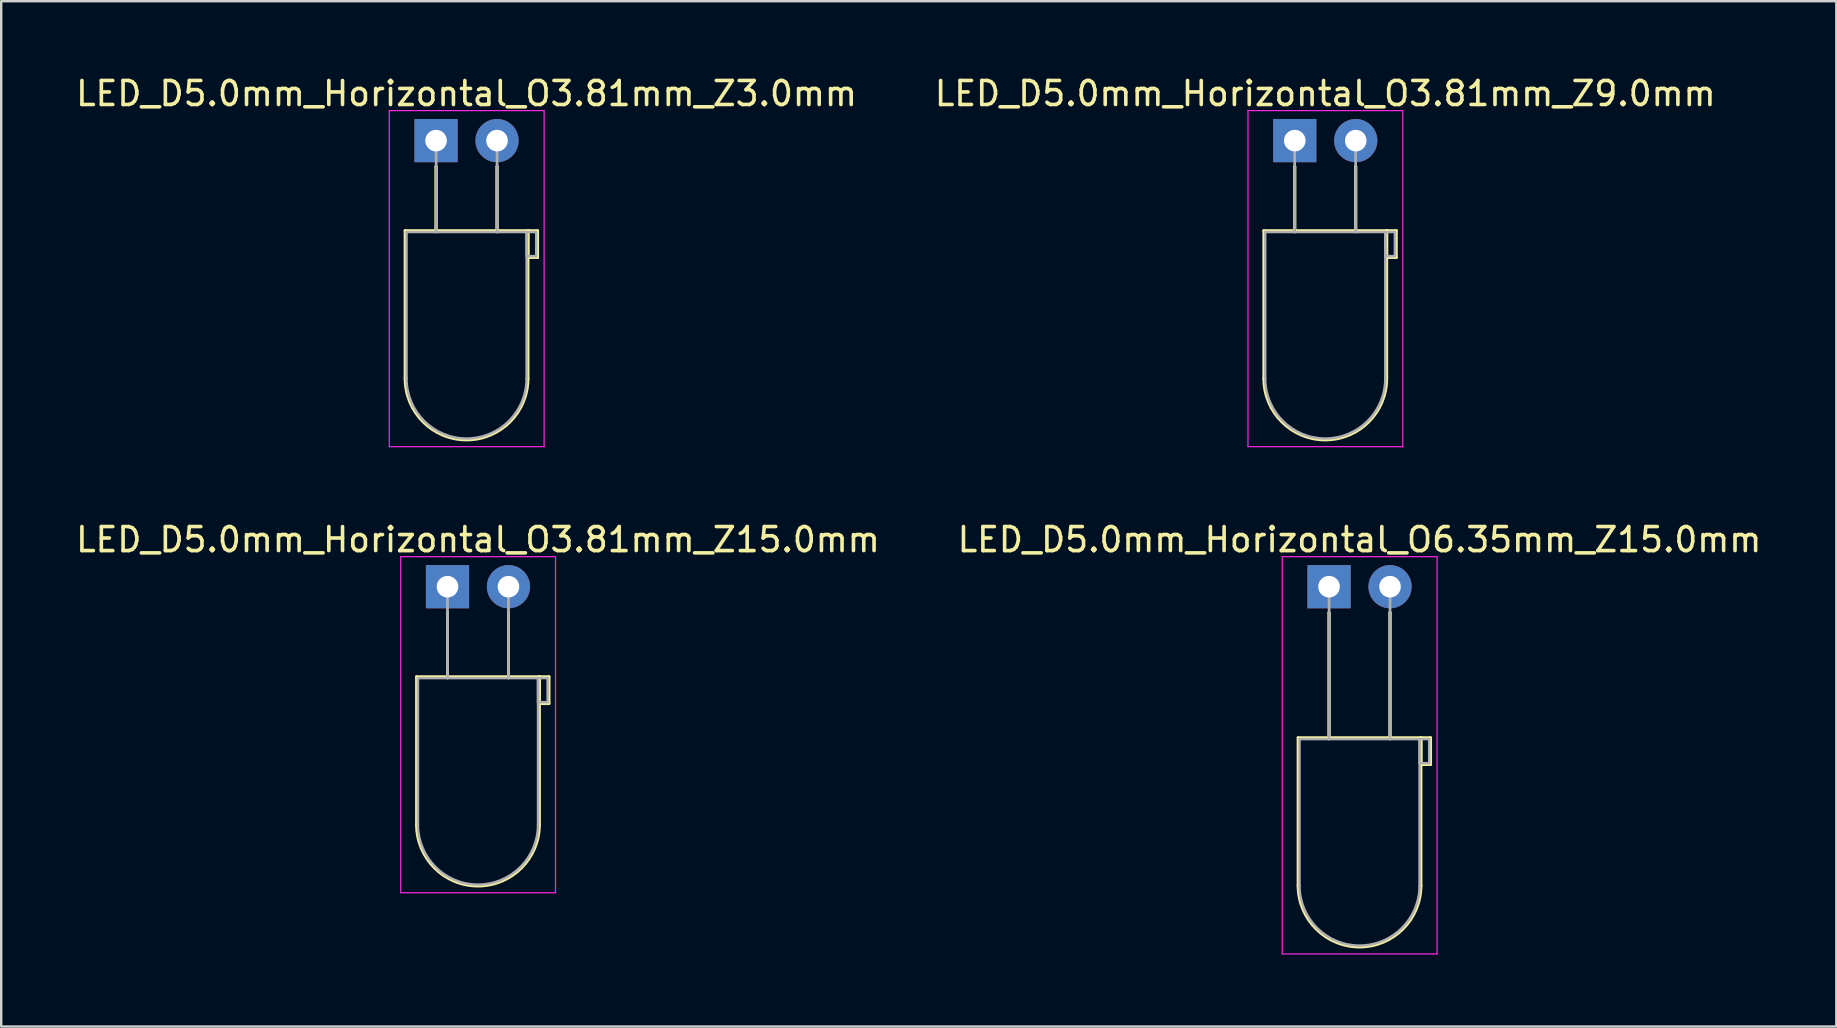
<source format=kicad_pcb>
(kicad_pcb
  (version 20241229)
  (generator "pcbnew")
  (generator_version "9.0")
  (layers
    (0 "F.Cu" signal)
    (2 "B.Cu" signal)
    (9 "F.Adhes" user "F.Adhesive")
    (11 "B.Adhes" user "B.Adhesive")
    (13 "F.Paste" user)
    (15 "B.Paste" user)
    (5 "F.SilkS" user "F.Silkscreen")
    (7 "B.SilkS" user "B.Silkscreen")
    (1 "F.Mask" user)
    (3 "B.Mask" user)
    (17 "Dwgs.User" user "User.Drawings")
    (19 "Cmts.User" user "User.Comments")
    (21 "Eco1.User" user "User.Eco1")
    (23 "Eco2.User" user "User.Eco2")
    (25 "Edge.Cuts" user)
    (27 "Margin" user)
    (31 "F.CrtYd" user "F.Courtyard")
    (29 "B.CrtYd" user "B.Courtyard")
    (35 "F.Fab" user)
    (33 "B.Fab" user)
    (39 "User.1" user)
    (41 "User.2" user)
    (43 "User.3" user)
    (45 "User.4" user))
  (footprint "LED_D5.0mm_Horizontal_O6.35mm_Z15.0mm"
    (layer "F.Cu")
    (at 52.319 21.392)
    (property "Reference" "LED_D5.0mm_Horizontal_O6.35mm_Z15.0mm" (at 1.27 -1.96 0) (layer "F.SilkS") (effects (font (size 1 1) (thickness 0.15))))
    (attr through_hole)
    (fp_line (start -1.29 6.29) (end -1.29 12.45) (stroke (width 0.12) (type solid)) (layer "F.SilkS"))
    (fp_line (start -1.29 6.29) (end 3.83 6.29) (stroke (width 0.12) (type solid)) (layer "F.SilkS"))
    (fp_line (start 0 1.08) (end 0 1.08) (stroke (width 0.12) (type solid)) (layer "F.SilkS"))
    (fp_line (start 0 1.08) (end 0 6.29) (stroke (width 0.12) (type solid)) (layer "F.SilkS"))
    (fp_line (start 0 6.29) (end 0 1.08) (stroke (width 0.12) (type solid)) (layer "F.SilkS"))
    (fp_line (start 0 6.29) (end 0 6.29) (stroke (width 0.12) (type solid)) (layer "F.SilkS"))
    (fp_line (start 2.54 1.08) (end 2.54 1.08) (stroke (width 0.12) (type solid)) (layer "F.SilkS"))
    (fp_line (start 2.54 1.08) (end 2.54 6.29) (stroke (width 0.12) (type solid)) (layer "F.SilkS"))
    (fp_line (start 2.54 6.29) (end 2.54 1.08) (stroke (width 0.12) (type solid)) (layer "F.SilkS"))
    (fp_line (start 2.54 6.29) (end 2.54 6.29) (stroke (width 0.12) (type solid)) (layer "F.SilkS"))
    (fp_line (start 3.83 6.29) (end 3.83 12.45) (stroke (width 0.12) (type solid)) (layer "F.SilkS"))
    (fp_line (start 3.83 6.29) (end 4.23 6.29) (stroke (width 0.12) (type solid)) (layer "F.SilkS"))
    (fp_line (start 3.83 7.41) (end 3.83 6.29) (stroke (width 0.12) (type solid)) (layer "F.SilkS"))
    (fp_line (start 4.23 6.29) (end 4.23 7.41) (stroke (width 0.12) (type solid)) (layer "F.SilkS"))
    (fp_line (start 4.23 7.41) (end 3.83 7.41) (stroke (width 0.12) (type solid)) (layer "F.SilkS"))
    (fp_arc (start 3.83 12.45) (mid 1.27 15.01) (end -1.29 12.45) (stroke (width 0.12) (type solid)) (layer "F.SilkS"))
    (fp_line (start -1.95 -1.25) (end -1.95 15.3) (stroke (width 0.05) (type solid)) (layer "F.CrtYd"))
    (fp_line (start -1.95 15.3) (end 4.5 15.3) (stroke (width 0.05) (type solid)) (layer "F.CrtYd"))
    (fp_line (start 4.5 -1.25) (end -1.95 -1.25) (stroke (width 0.05) (type solid)) (layer "F.CrtYd"))
    (fp_line (start 4.5 15.3) (end 4.5 -1.25) (stroke (width 0.05) (type solid)) (layer "F.CrtYd"))
    (fp_line (start -1.23 6.35) (end -1.23 12.45) (stroke (width 0.1) (type solid)) (layer "F.Fab"))
    (fp_line (start -1.23 6.35) (end 3.77 6.35) (stroke (width 0.1) (type solid)) (layer "F.Fab"))
    (fp_line (start 0 0) (end 0 0) (stroke (width 0.1) (type solid)) (layer "F.Fab"))
    (fp_line (start 0 0) (end 0 6.35) (stroke (width 0.1) (type solid)) (layer "F.Fab"))
    (fp_line (start 0 6.35) (end 0 0) (stroke (width 0.1) (type solid)) (layer "F.Fab"))
    (fp_line (start 0 6.35) (end 0 6.35) (stroke (width 0.1) (type solid)) (layer "F.Fab"))
    (fp_line (start 2.54 0) (end 2.54 0) (stroke (width 0.1) (type solid)) (layer "F.Fab"))
    (fp_line (start 2.54 0) (end 2.54 6.35) (stroke (width 0.1) (type solid)) (layer "F.Fab"))
    (fp_line (start 2.54 6.35) (end 2.54 0) (stroke (width 0.1) (type solid)) (layer "F.Fab"))
    (fp_line (start 2.54 6.35) (end 2.54 6.35) (stroke (width 0.1) (type solid)) (layer "F.Fab"))
    (fp_line (start 3.77 6.35) (end 3.77 12.45) (stroke (width 0.1) (type solid)) (layer "F.Fab"))
    (fp_line (start 3.77 6.35) (end 4.17 6.35) (stroke (width 0.1) (type solid)) (layer "F.Fab"))
    (fp_line (start 3.77 7.35) (end 3.77 6.35) (stroke (width 0.1) (type solid)) (layer "F.Fab"))
    (fp_line (start 4.17 6.35) (end 4.17 7.35) (stroke (width 0.1) (type solid)) (layer "F.Fab"))
    (fp_line (start 4.17 7.35) (end 3.77 7.35) (stroke (width 0.1) (type solid)) (layer "F.Fab"))
    (fp_arc (start 3.77 12.45) (mid 1.27 14.95) (end -1.23 12.45) (stroke (width 0.1) (type solid)) (layer "F.Fab"))
    (pad "1" thru_hole rect (at 0 0) (size 1.8 1.8) (drill 0.9) (layers "*.Cu" "*.Mask"))
    (pad "2" thru_hole circle (at 2.54 0) (size 1.8 1.8) (drill 0.9) (layers "*.Cu" "*.Mask")))
  (footprint "LED_D5.0mm_Horizontal_O3.81mm_Z3.0mm"
    (layer "F.Cu")
    (at 15.117 2.808)
    (property "Reference" "LED_D5.0mm_Horizontal_O3.81mm_Z3.0mm" (at 1.27 -1.96 0) (layer "F.SilkS") (effects (font (size 1 1) (thickness 0.15))))
    (attr through_hole)
    (fp_line (start -1.29 3.75) (end -1.29 9.91) (stroke (width 0.12) (type solid)) (layer "F.SilkS"))
    (fp_line (start -1.29 3.75) (end 3.83 3.75) (stroke (width 0.12) (type solid)) (layer "F.SilkS"))
    (fp_line (start 0 1.08) (end 0 1.08) (stroke (width 0.12) (type solid)) (layer "F.SilkS"))
    (fp_line (start 0 1.08) (end 0 3.75) (stroke (width 0.12) (type solid)) (layer "F.SilkS"))
    (fp_line (start 0 3.75) (end 0 1.08) (stroke (width 0.12) (type solid)) (layer "F.SilkS"))
    (fp_line (start 0 3.75) (end 0 3.75) (stroke (width 0.12) (type solid)) (layer "F.SilkS"))
    (fp_line (start 2.54 1.08) (end 2.54 1.08) (stroke (width 0.12) (type solid)) (layer "F.SilkS"))
    (fp_line (start 2.54 1.08) (end 2.54 3.75) (stroke (width 0.12) (type solid)) (layer "F.SilkS"))
    (fp_line (start 2.54 3.75) (end 2.54 1.08) (stroke (width 0.12) (type solid)) (layer "F.SilkS"))
    (fp_line (start 2.54 3.75) (end 2.54 3.75) (stroke (width 0.12) (type solid)) (layer "F.SilkS"))
    (fp_line (start 3.83 3.75) (end 3.83 9.91) (stroke (width 0.12) (type solid)) (layer "F.SilkS"))
    (fp_line (start 3.83 3.75) (end 4.23 3.75) (stroke (width 0.12) (type solid)) (layer "F.SilkS"))
    (fp_line (start 3.83 4.87) (end 3.83 3.75) (stroke (width 0.12) (type solid)) (layer "F.SilkS"))
    (fp_line (start 4.23 3.75) (end 4.23 4.87) (stroke (width 0.12) (type solid)) (layer "F.SilkS"))
    (fp_line (start 4.23 4.87) (end 3.83 4.87) (stroke (width 0.12) (type solid)) (layer "F.SilkS"))
    (fp_arc (start 3.83 9.91) (mid 1.27 12.47) (end -1.29 9.91) (stroke (width 0.12) (type solid)) (layer "F.SilkS"))
    (fp_line (start -1.95 -1.25) (end -1.95 12.75) (stroke (width 0.05) (type solid)) (layer "F.CrtYd"))
    (fp_line (start -1.95 12.75) (end 4.5 12.75) (stroke (width 0.05) (type solid)) (layer "F.CrtYd"))
    (fp_line (start 4.5 -1.25) (end -1.95 -1.25) (stroke (width 0.05) (type solid)) (layer "F.CrtYd"))
    (fp_line (start 4.5 12.75) (end 4.5 -1.25) (stroke (width 0.05) (type solid)) (layer "F.CrtYd"))
    (fp_line (start -1.23 3.81) (end -1.23 9.91) (stroke (width 0.1) (type solid)) (layer "F.Fab"))
    (fp_line (start -1.23 3.81) (end 3.77 3.81) (stroke (width 0.1) (type solid)) (layer "F.Fab"))
    (fp_line (start 0 0) (end 0 0) (stroke (width 0.1) (type solid)) (layer "F.Fab"))
    (fp_line (start 0 0) (end 0 3.81) (stroke (width 0.1) (type solid)) (layer "F.Fab"))
    (fp_line (start 0 3.81) (end 0 0) (stroke (width 0.1) (type solid)) (layer "F.Fab"))
    (fp_line (start 0 3.81) (end 0 3.81) (stroke (width 0.1) (type solid)) (layer "F.Fab"))
    (fp_line (start 2.54 0) (end 2.54 0) (stroke (width 0.1) (type solid)) (layer "F.Fab"))
    (fp_line (start 2.54 0) (end 2.54 3.81) (stroke (width 0.1) (type solid)) (layer "F.Fab"))
    (fp_line (start 2.54 3.81) (end 2.54 0) (stroke (width 0.1) (type solid)) (layer "F.Fab"))
    (fp_line (start 2.54 3.81) (end 2.54 3.81) (stroke (width 0.1) (type solid)) (layer "F.Fab"))
    (fp_line (start 3.77 3.81) (end 3.77 9.91) (stroke (width 0.1) (type solid)) (layer "F.Fab"))
    (fp_line (start 3.77 3.81) (end 4.17 3.81) (stroke (width 0.1) (type solid)) (layer "F.Fab"))
    (fp_line (start 3.77 4.81) (end 3.77 3.81) (stroke (width 0.1) (type solid)) (layer "F.Fab"))
    (fp_line (start 4.17 3.81) (end 4.17 4.81) (stroke (width 0.1) (type solid)) (layer "F.Fab"))
    (fp_line (start 4.17 4.81) (end 3.77 4.81) (stroke (width 0.1) (type solid)) (layer "F.Fab"))
    (fp_arc (start 3.77 9.91) (mid 1.27 12.41) (end -1.23 9.91) (stroke (width 0.1) (type solid)) (layer "F.Fab"))
    (pad "1" thru_hole rect (at 0 0) (size 1.8 1.8) (drill 0.9) (layers "*.Cu" "*.Mask"))
    (pad "2" thru_hole circle (at 2.54 0) (size 1.8 1.8) (drill 0.9) (layers "*.Cu" "*.Mask")))
  (footprint "LED_D5.0mm_Horizontal_O3.81mm_Z9.0mm"
    (layer "F.Cu")
    (at 50.891 2.808)
    (property "Reference" "LED_D5.0mm_Horizontal_O3.81mm_Z9.0mm" (at 1.27 -1.96 0) (layer "F.SilkS") (effects (font (size 1 1) (thickness 0.15))))
    (attr through_hole)
    (fp_line (start -1.29 3.75) (end -1.29 9.91) (stroke (width 0.12) (type solid)) (layer "F.SilkS"))
    (fp_line (start -1.29 3.75) (end 3.83 3.75) (stroke (width 0.12) (type solid)) (layer "F.SilkS"))
    (fp_line (start 0 1.08) (end 0 1.08) (stroke (width 0.12) (type solid)) (layer "F.SilkS"))
    (fp_line (start 0 1.08) (end 0 3.75) (stroke (width 0.12) (type solid)) (layer "F.SilkS"))
    (fp_line (start 0 3.75) (end 0 1.08) (stroke (width 0.12) (type solid)) (layer "F.SilkS"))
    (fp_line (start 0 3.75) (end 0 3.75) (stroke (width 0.12) (type solid)) (layer "F.SilkS"))
    (fp_line (start 2.54 1.08) (end 2.54 1.08) (stroke (width 0.12) (type solid)) (layer "F.SilkS"))
    (fp_line (start 2.54 1.08) (end 2.54 3.75) (stroke (width 0.12) (type solid)) (layer "F.SilkS"))
    (fp_line (start 2.54 3.75) (end 2.54 1.08) (stroke (width 0.12) (type solid)) (layer "F.SilkS"))
    (fp_line (start 2.54 3.75) (end 2.54 3.75) (stroke (width 0.12) (type solid)) (layer "F.SilkS"))
    (fp_line (start 3.83 3.75) (end 3.83 9.91) (stroke (width 0.12) (type solid)) (layer "F.SilkS"))
    (fp_line (start 3.83 3.75) (end 4.23 3.75) (stroke (width 0.12) (type solid)) (layer "F.SilkS"))
    (fp_line (start 3.83 4.87) (end 3.83 3.75) (stroke (width 0.12) (type solid)) (layer "F.SilkS"))
    (fp_line (start 4.23 3.75) (end 4.23 4.87) (stroke (width 0.12) (type solid)) (layer "F.SilkS"))
    (fp_line (start 4.23 4.87) (end 3.83 4.87) (stroke (width 0.12) (type solid)) (layer "F.SilkS"))
    (fp_arc (start 3.83 9.91) (mid 1.27 12.47) (end -1.29 9.91) (stroke (width 0.12) (type solid)) (layer "F.SilkS"))
    (fp_line (start -1.95 -1.25) (end -1.95 12.75) (stroke (width 0.05) (type solid)) (layer "F.CrtYd"))
    (fp_line (start -1.95 12.75) (end 4.5 12.75) (stroke (width 0.05) (type solid)) (layer "F.CrtYd"))
    (fp_line (start 4.5 -1.25) (end -1.95 -1.25) (stroke (width 0.05) (type solid)) (layer "F.CrtYd"))
    (fp_line (start 4.5 12.75) (end 4.5 -1.25) (stroke (width 0.05) (type solid)) (layer "F.CrtYd"))
    (fp_line (start -1.23 3.81) (end -1.23 9.91) (stroke (width 0.1) (type solid)) (layer "F.Fab"))
    (fp_line (start -1.23 3.81) (end 3.77 3.81) (stroke (width 0.1) (type solid)) (layer "F.Fab"))
    (fp_line (start 0 0) (end 0 0) (stroke (width 0.1) (type solid)) (layer "F.Fab"))
    (fp_line (start 0 0) (end 0 3.81) (stroke (width 0.1) (type solid)) (layer "F.Fab"))
    (fp_line (start 0 3.81) (end 0 0) (stroke (width 0.1) (type solid)) (layer "F.Fab"))
    (fp_line (start 0 3.81) (end 0 3.81) (stroke (width 0.1) (type solid)) (layer "F.Fab"))
    (fp_line (start 2.54 0) (end 2.54 0) (stroke (width 0.1) (type solid)) (layer "F.Fab"))
    (fp_line (start 2.54 0) (end 2.54 3.81) (stroke (width 0.1) (type solid)) (layer "F.Fab"))
    (fp_line (start 2.54 3.81) (end 2.54 0) (stroke (width 0.1) (type solid)) (layer "F.Fab"))
    (fp_line (start 2.54 3.81) (end 2.54 3.81) (stroke (width 0.1) (type solid)) (layer "F.Fab"))
    (fp_line (start 3.77 3.81) (end 3.77 9.91) (stroke (width 0.1) (type solid)) (layer "F.Fab"))
    (fp_line (start 3.77 3.81) (end 4.17 3.81) (stroke (width 0.1) (type solid)) (layer "F.Fab"))
    (fp_line (start 3.77 4.81) (end 3.77 3.81) (stroke (width 0.1) (type solid)) (layer "F.Fab"))
    (fp_line (start 4.17 3.81) (end 4.17 4.81) (stroke (width 0.1) (type solid)) (layer "F.Fab"))
    (fp_line (start 4.17 4.81) (end 3.77 4.81) (stroke (width 0.1) (type solid)) (layer "F.Fab"))
    (fp_arc (start 3.77 9.91) (mid 1.27 12.41) (end -1.23 9.91) (stroke (width 0.1) (type solid)) (layer "F.Fab"))
    (pad "1" thru_hole rect (at 0 0) (size 1.8 1.8) (drill 0.9) (layers "*.Cu" "*.Mask"))
    (pad "2" thru_hole circle (at 2.54 0) (size 1.8 1.8) (drill 0.9) (layers "*.Cu" "*.Mask")))
  (footprint "LED_D5.0mm_Horizontal_O3.81mm_Z15.0mm"
    (layer "F.Cu")
    (at 15.593 21.392)
    (property "Reference" "LED_D5.0mm_Horizontal_O3.81mm_Z15.0mm" (at 1.27 -1.96 0) (layer "F.SilkS") (effects (font (size 1 1) (thickness 0.15))))
    (attr through_hole)
    (fp_line (start -1.29 3.75) (end -1.29 9.91) (stroke (width 0.12) (type solid)) (layer "F.SilkS"))
    (fp_line (start -1.29 3.75) (end 3.83 3.75) (stroke (width 0.12) (type solid)) (layer "F.SilkS"))
    (fp_line (start 0 1.08) (end 0 1.08) (stroke (width 0.12) (type solid)) (layer "F.SilkS"))
    (fp_line (start 0 1.08) (end 0 3.75) (stroke (width 0.12) (type solid)) (layer "F.SilkS"))
    (fp_line (start 0 3.75) (end 0 1.08) (stroke (width 0.12) (type solid)) (layer "F.SilkS"))
    (fp_line (start 0 3.75) (end 0 3.75) (stroke (width 0.12) (type solid)) (layer "F.SilkS"))
    (fp_line (start 2.54 1.08) (end 2.54 1.08) (stroke (width 0.12) (type solid)) (layer "F.SilkS"))
    (fp_line (start 2.54 1.08) (end 2.54 3.75) (stroke (width 0.12) (type solid)) (layer "F.SilkS"))
    (fp_line (start 2.54 3.75) (end 2.54 1.08) (stroke (width 0.12) (type solid)) (layer "F.SilkS"))
    (fp_line (start 2.54 3.75) (end 2.54 3.75) (stroke (width 0.12) (type solid)) (layer "F.SilkS"))
    (fp_line (start 3.83 3.75) (end 3.83 9.91) (stroke (width 0.12) (type solid)) (layer "F.SilkS"))
    (fp_line (start 3.83 3.75) (end 4.23 3.75) (stroke (width 0.12) (type solid)) (layer "F.SilkS"))
    (fp_line (start 3.83 4.87) (end 3.83 3.75) (stroke (width 0.12) (type solid)) (layer "F.SilkS"))
    (fp_line (start 4.23 3.75) (end 4.23 4.87) (stroke (width 0.12) (type solid)) (layer "F.SilkS"))
    (fp_line (start 4.23 4.87) (end 3.83 4.87) (stroke (width 0.12) (type solid)) (layer "F.SilkS"))
    (fp_arc (start 3.83 9.91) (mid 1.27 12.47) (end -1.29 9.91) (stroke (width 0.12) (type solid)) (layer "F.SilkS"))
    (fp_line (start -1.95 -1.25) (end -1.95 12.75) (stroke (width 0.05) (type solid)) (layer "F.CrtYd"))
    (fp_line (start -1.95 12.75) (end 4.5 12.75) (stroke (width 0.05) (type solid)) (layer "F.CrtYd"))
    (fp_line (start 4.5 -1.25) (end -1.95 -1.25) (stroke (width 0.05) (type solid)) (layer "F.CrtYd"))
    (fp_line (start 4.5 12.75) (end 4.5 -1.25) (stroke (width 0.05) (type solid)) (layer "F.CrtYd"))
    (fp_line (start -1.23 3.81) (end -1.23 9.91) (stroke (width 0.1) (type solid)) (layer "F.Fab"))
    (fp_line (start -1.23 3.81) (end 3.77 3.81) (stroke (width 0.1) (type solid)) (layer "F.Fab"))
    (fp_line (start 0 0) (end 0 0) (stroke (width 0.1) (type solid)) (layer "F.Fab"))
    (fp_line (start 0 0) (end 0 3.81) (stroke (width 0.1) (type solid)) (layer "F.Fab"))
    (fp_line (start 0 3.81) (end 0 0) (stroke (width 0.1) (type solid)) (layer "F.Fab"))
    (fp_line (start 0 3.81) (end 0 3.81) (stroke (width 0.1) (type solid)) (layer "F.Fab"))
    (fp_line (start 2.54 0) (end 2.54 0) (stroke (width 0.1) (type solid)) (layer "F.Fab"))
    (fp_line (start 2.54 0) (end 2.54 3.81) (stroke (width 0.1) (type solid)) (layer "F.Fab"))
    (fp_line (start 2.54 3.81) (end 2.54 0) (stroke (width 0.1) (type solid)) (layer "F.Fab"))
    (fp_line (start 2.54 3.81) (end 2.54 3.81) (stroke (width 0.1) (type solid)) (layer "F.Fab"))
    (fp_line (start 3.77 3.81) (end 3.77 9.91) (stroke (width 0.1) (type solid)) (layer "F.Fab"))
    (fp_line (start 3.77 3.81) (end 4.17 3.81) (stroke (width 0.1) (type solid)) (layer "F.Fab"))
    (fp_line (start 3.77 4.81) (end 3.77 3.81) (stroke (width 0.1) (type solid)) (layer "F.Fab"))
    (fp_line (start 4.17 3.81) (end 4.17 4.81) (stroke (width 0.1) (type solid)) (layer "F.Fab"))
    (fp_line (start 4.17 4.81) (end 3.77 4.81) (stroke (width 0.1) (type solid)) (layer "F.Fab"))
    (fp_arc (start 3.77 9.91) (mid 1.27 12.41) (end -1.23 9.91) (stroke (width 0.1) (type solid)) (layer "F.Fab"))
    (pad "1" thru_hole rect (at 0 0) (size 1.8 1.8) (drill 0.9) (layers "*.Cu" "*.Mask"))
    (pad "2" thru_hole circle (at 2.54 0) (size 1.8 1.8) (drill 0.9) (layers "*.Cu" "*.Mask")))
  (gr_rect
    (start -3 -3)
    (end 73.452 39.717)
    (stroke (width 0.1) (type default))
    (fill no)
    (layer "Edge.Cuts")))
</source>
